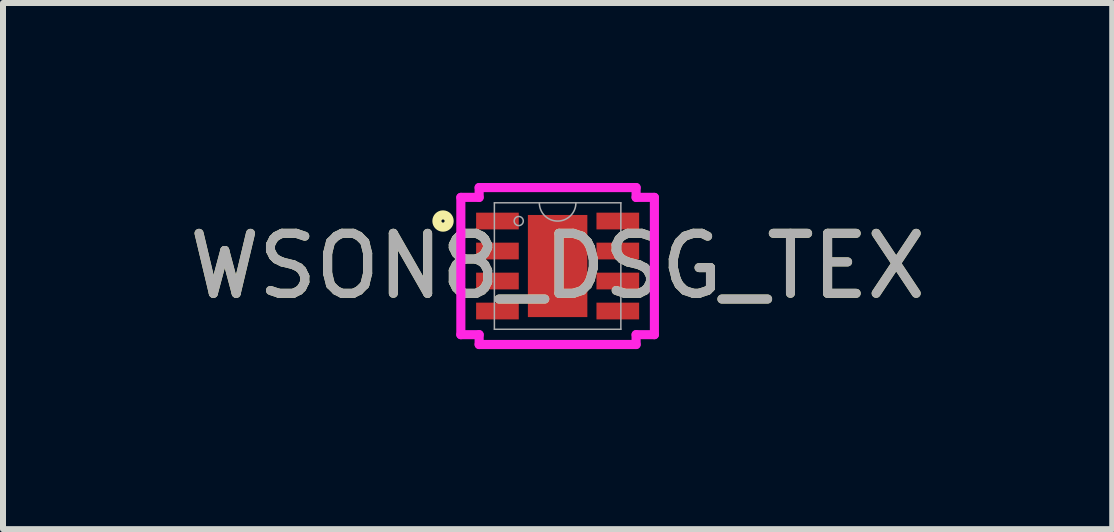
<source format=kicad_pcb>
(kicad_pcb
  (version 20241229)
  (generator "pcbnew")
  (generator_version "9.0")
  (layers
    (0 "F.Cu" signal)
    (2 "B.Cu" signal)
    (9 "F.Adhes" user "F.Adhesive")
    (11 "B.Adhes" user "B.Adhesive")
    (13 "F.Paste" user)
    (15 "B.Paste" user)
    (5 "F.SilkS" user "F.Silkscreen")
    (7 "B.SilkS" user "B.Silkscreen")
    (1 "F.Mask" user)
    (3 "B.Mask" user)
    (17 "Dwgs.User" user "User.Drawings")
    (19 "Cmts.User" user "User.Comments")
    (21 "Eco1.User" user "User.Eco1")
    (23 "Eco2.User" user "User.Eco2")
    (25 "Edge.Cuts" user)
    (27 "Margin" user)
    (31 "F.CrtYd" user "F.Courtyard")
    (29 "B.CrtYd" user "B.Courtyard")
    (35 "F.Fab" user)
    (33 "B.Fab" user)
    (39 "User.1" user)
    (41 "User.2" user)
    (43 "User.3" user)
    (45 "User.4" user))
  (footprint "WSON8_DSG_TEX"
    (layer "F.Cu")
    (at 6.244 1.384)
    (property "Reference" "WSON8_DSG_TEX" (at 0 0 0) (unlocked yes) (layer "F.SilkS") (effects (font (size 1 1) (thickness 0.15))))
    (attr smd)
    (fp_circle (center -1.91 -0.75) (end -1.808 -0.75) (stroke (width 0.152) (type solid)) (fill no) (layer "F.SilkS"))
    (fp_line (start -1.613 -1.144) (end -1.308 -1.144) (stroke (width 0.152) (type solid)) (layer "F.CrtYd"))
    (fp_line (start -1.613 1.144) (end -1.613 -1.144) (stroke (width 0.152) (type solid)) (layer "F.CrtYd"))
    (fp_line (start -1.613 1.144) (end -1.308 1.144) (stroke (width 0.152) (type solid)) (layer "F.CrtYd"))
    (fp_line (start -1.308 -1.308) (end 1.308 -1.308) (stroke (width 0.152) (type solid)) (layer "F.CrtYd"))
    (fp_line (start -1.308 -1.144) (end -1.308 -1.308) (stroke (width 0.152) (type solid)) (layer "F.CrtYd"))
    (fp_line (start -1.308 1.308) (end -1.308 1.144) (stroke (width 0.152) (type solid)) (layer "F.CrtYd"))
    (fp_line (start 1.308 -1.308) (end 1.308 -1.144) (stroke (width 0.152) (type solid)) (layer "F.CrtYd"))
    (fp_line (start 1.308 1.144) (end 1.308 1.308) (stroke (width 0.152) (type solid)) (layer "F.CrtYd"))
    (fp_line (start 1.308 1.308) (end -1.308 1.308) (stroke (width 0.152) (type solid)) (layer "F.CrtYd"))
    (fp_line (start 1.613 -1.144) (end 1.308 -1.144) (stroke (width 0.152) (type solid)) (layer "F.CrtYd"))
    (fp_line (start 1.613 -1.144) (end 1.613 1.144) (stroke (width 0.152) (type solid)) (layer "F.CrtYd"))
    (fp_line (start 1.613 1.144) (end 1.308 1.144) (stroke (width 0.152) (type solid)) (layer "F.CrtYd"))
    (fp_line (start -1.054 -1.054) (end -1.054 1.054) (stroke (width 0.025) (type solid)) (layer "F.Fab"))
    (fp_line (start -1.054 1.054) (end 1.054 1.054) (stroke (width 0.025) (type solid)) (layer "F.Fab"))
    (fp_line (start 1.054 -1.054) (end -1.054 -1.054) (stroke (width 0.025) (type solid)) (layer "F.Fab"))
    (fp_line (start 1.054 1.054) (end 1.054 -1.054) (stroke (width 0.025) (type solid)) (layer "F.Fab"))
    (fp_arc (start 0.3048 -1.0541) (mid 0 -0.7493) (end -0.3048 -1.0541) (stroke (width 0.0254) (type solid)) (layer "F.Fab"))
    (fp_circle (center -0.648 -0.75) (end -0.572 -0.75) (stroke (width 0.025) (type solid)) (fill no) (layer "F.Fab"))
    (fp_text user "${REFERENCE}" (at 0 0 0) (unlocked yes) (layer "F.Fab") (effects (font (size 1 1) (thickness 0.15))))
    (pad "1" smd rect (at -1.003 -0.75) (size 0.711 0.279) (layers "F.Cu" "F.Mask" "F.Paste"))
    (pad "2" smd rect (at -1.003 -0.25) (size 0.711 0.279) (layers "F.Cu" "F.Mask" "F.Paste"))
    (pad "3" smd rect (at -1.003 0.25) (size 0.711 0.279) (layers "F.Cu" "F.Mask" "F.Paste"))
    (pad "4" smd rect (at -1.003 0.75) (size 0.711 0.279) (layers "F.Cu" "F.Mask" "F.Paste"))
    (pad "5" smd rect (at 1.003 0.75) (size 0.711 0.279) (layers "F.Cu" "F.Mask" "F.Paste"))
    (pad "6" smd rect (at 1.003 0.25) (size 0.711 0.279) (layers "F.Cu" "F.Mask" "F.Paste"))
    (pad "7" smd rect (at 1.003 -0.25) (size 0.711 0.279) (layers "F.Cu" "F.Mask" "F.Paste"))
    (pad "8" smd rect (at 1.003 -0.75) (size 0.711 0.279) (layers "F.Cu" "F.Mask" "F.Paste"))
    (pad "9" smd rect (at 0 0) (size 0.991 1.702) (layers "F.Cu" "F.Mask" "F.Paste")))
  (gr_rect
    (start -3 -3)
    (end 15.488 5.769)
    (stroke (width 0.1) (type default))
    (fill no)
    (layer "Edge.Cuts")))
</source>
